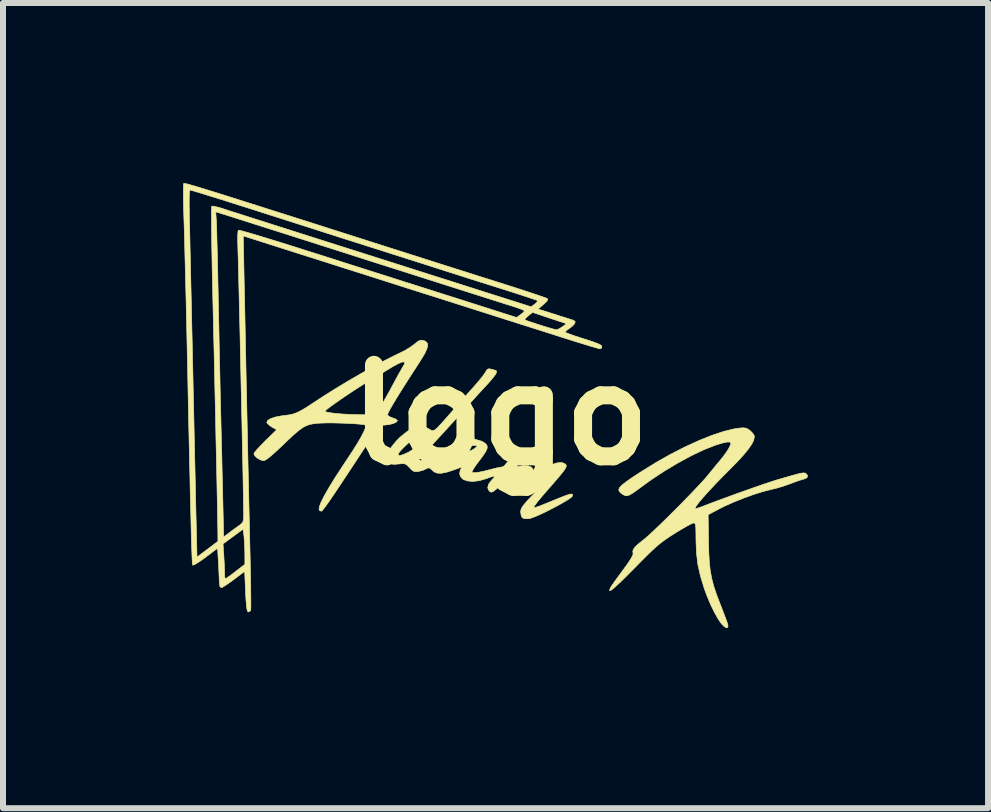
<source format=kicad_pcb>
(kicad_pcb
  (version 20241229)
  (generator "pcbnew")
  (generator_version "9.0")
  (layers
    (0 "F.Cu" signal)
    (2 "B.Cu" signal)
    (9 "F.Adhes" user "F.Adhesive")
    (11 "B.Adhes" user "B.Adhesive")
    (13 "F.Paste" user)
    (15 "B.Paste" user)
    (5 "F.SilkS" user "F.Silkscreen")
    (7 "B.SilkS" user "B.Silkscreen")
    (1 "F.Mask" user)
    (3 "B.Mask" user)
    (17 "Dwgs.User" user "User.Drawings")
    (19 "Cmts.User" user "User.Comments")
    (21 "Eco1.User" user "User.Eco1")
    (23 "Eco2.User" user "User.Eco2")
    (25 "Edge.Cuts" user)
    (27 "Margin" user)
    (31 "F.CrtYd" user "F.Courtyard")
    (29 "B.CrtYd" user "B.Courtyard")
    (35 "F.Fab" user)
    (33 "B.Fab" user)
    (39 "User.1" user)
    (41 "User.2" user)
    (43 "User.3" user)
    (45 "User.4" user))
  (footprint "logo"
    (layer "F.Cu")
    (at 5.285 3.863)
    (property "Reference" "logo" (at 0 0 0) (layer "F.SilkS") (effects (font (size 1.524 1.524) (thickness 0.3))))
    (attr through_hole)
    (fp_poly (pts (xy -1.271 -1.238) (xy -1.247 -1.227) (xy -1.217 -1.199) (xy -1.209 -1.156) (xy -1.225 -1.095) (xy -1.266 -1.01) (xy -1.334 -0.899) (xy -1.346 -0.881) (xy -1.48 -0.673) (xy -1.597 -0.49) (xy -1.695 -0.334) (xy -1.773 -0.205) (xy -1.831 -0.106) (xy -1.866 -0.039) (xy -1.879 -0.004) (xy -1.879 -0.002) (xy -1.856 0.023) (xy -1.808 0.045) (xy -1.794 0.049) (xy -1.743 0.068) (xy -1.716 0.091) (xy -1.714 0.096) (xy -1.734 0.12) (xy -1.783 0.143) (xy -1.852 0.16) (xy -1.927 0.169) (xy -1.943 0.169) (xy -1.967 0.171) (xy -1.988 0.178) (xy -2.012 0.195) (xy -2.041 0.227) (xy -2.079 0.278) (xy -2.13 0.351) (xy -2.197 0.452) (xy -2.271 0.565) (xy -2.429 0.806) (xy -2.566 1.013) (xy -2.681 1.187) (xy -2.776 1.329) (xy -2.852 1.44) (xy -2.91 1.521) (xy -2.951 1.574) (xy -2.974 1.601) (xy -2.979 1.604) (xy -3.008 1.595) (xy -3.019 1.578) (xy -3.016 1.534) (xy -2.988 1.458) (xy -2.935 1.352) (xy -2.858 1.217) (xy -2.758 1.053) (xy -2.635 0.864) (xy -2.546 0.73) (xy -2.455 0.592) (xy -2.377 0.467) (xy -2.314 0.358) (xy -2.269 0.27) (xy -2.244 0.207) (xy -2.241 0.173) (xy -2.244 0.169) (xy -2.277 0.161) (xy -2.345 0.153) (xy -2.438 0.146) (xy -2.548 0.14) (xy -2.667 0.136) (xy -2.786 0.133) (xy -2.896 0.133) (xy -2.99 0.136) (xy -3.032 0.138) (xy -3.108 0.146) (xy -3.173 0.158) (xy -3.231 0.178) (xy -3.291 0.21) (xy -3.357 0.258) (xy -3.435 0.324) (xy -3.532 0.414) (xy -3.632 0.51) (xy -3.743 0.614) (xy -3.828 0.689) (xy -3.889 0.737) (xy -3.931 0.759) (xy -3.944 0.762) (xy -3.995 0.749) (xy -4.049 0.719) (xy -4.091 0.68) (xy -4.106 0.647) (xy -4.092 0.622) (xy -4.053 0.575) (xy -3.994 0.512) (xy -3.923 0.44) (xy -3.916 0.433) (xy -3.725 0.246) (xy -3.805 0.202) (xy -3.855 0.167) (xy -3.886 0.134) (xy -3.89 0.125) (xy -3.876 0.092) (xy -3.827 0.061) (xy -3.747 0.035) (xy -3.645 0.015) (xy -3.607 0.01) (xy -3.519 -0.001) (xy -3.446 -0.017) (xy -3.377 -0.043) (xy -3.337 -0.064) (xy -2.921 -0.064) (xy -2.901 -0.05) (xy -2.843 -0.038) (xy -2.753 -0.026) (xy -2.636 -0.016) (xy -2.497 -0.009) (xy -2.341 -0.004) (xy -2.314 -0.004) (xy -2.099 0) (xy -2.036 -0.079) (xy -2.005 -0.125) (xy -1.959 -0.2) (xy -1.903 -0.296) (xy -1.843 -0.403) (xy -1.809 -0.466) (xy -1.752 -0.572) (xy -1.7 -0.668) (xy -1.656 -0.745) (xy -1.626 -0.798) (xy -1.616 -0.814) (xy -1.591 -0.862) (xy -1.598 -0.884) (xy -1.637 -0.881) (xy -1.705 -0.853) (xy -1.803 -0.799) (xy -1.914 -0.731) (xy -1.986 -0.686) (xy -2.076 -0.632) (xy -2.168 -0.578) (xy -2.18 -0.571) (xy -2.259 -0.523) (xy -2.352 -0.464) (xy -2.455 -0.398) (xy -2.56 -0.328) (xy -2.662 -0.258) (xy -2.755 -0.193) (xy -2.833 -0.137) (xy -2.889 -0.094) (xy -2.918 -0.068) (xy -2.921 -0.064) (xy -3.337 -0.064) (xy -3.302 -0.082) (xy -3.21 -0.139) (xy -3.14 -0.185) (xy -2.954 -0.307) (xy -2.752 -0.434) (xy -2.54 -0.562) (xy -2.328 -0.685) (xy -2.123 -0.801) (xy -1.932 -0.904) (xy -1.763 -0.989) (xy -1.68 -1.029) (xy -1.591 -1.073) (xy -1.507 -1.124) (xy -1.443 -1.169) (xy -1.435 -1.176) (xy -1.371 -1.227) (xy -1.321 -1.246) (xy -1.271 -1.238)) (stroke (width 0.01) (type solid)) (fill yes) (layer "F.SilkS"))
    (fp_poly (pts (xy 4.098 0.221) (xy 4.139 0.243) (xy 4.165 0.264) (xy 4.208 0.308) (xy 4.232 0.348) (xy 4.233 0.358) (xy 4.223 0.416) (xy 4.189 0.487) (xy 4.13 0.572) (xy 4.044 0.676) (xy 3.928 0.801) (xy 3.809 0.921) (xy 3.685 1.046) (xy 3.57 1.165) (xy 3.468 1.275) (xy 3.38 1.373) (xy 3.312 1.453) (xy 3.266 1.514) (xy 3.245 1.55) (xy 3.245 1.558) (xy 3.268 1.557) (xy 3.32 1.542) (xy 3.388 1.517) (xy 3.39 1.516) (xy 3.496 1.475) (xy 3.626 1.426) (xy 3.774 1.372) (xy 3.93 1.315) (xy 4.088 1.259) (xy 4.24 1.205) (xy 4.379 1.157) (xy 4.496 1.118) (xy 4.585 1.089) (xy 4.614 1.08) (xy 4.709 1.053) (xy 4.819 1.021) (xy 4.908 0.996) (xy 4.994 0.973) (xy 5.05 0.965) (xy 5.084 0.97) (xy 5.093 0.976) (xy 5.121 1.014) (xy 5.108 1.047) (xy 5.056 1.069) (xy 5.054 1.07) (xy 5 1.085) (xy 4.923 1.111) (xy 4.838 1.143) (xy 4.828 1.147) (xy 4.723 1.184) (xy 4.606 1.219) (xy 4.51 1.242) (xy 4.378 1.276) (xy 4.221 1.325) (xy 4.053 1.386) (xy 3.886 1.453) (xy 3.733 1.521) (xy 3.652 1.562) (xy 3.463 1.662) (xy 3.469 2.085) (xy 3.473 2.281) (xy 3.482 2.446) (xy 3.497 2.588) (xy 3.521 2.719) (xy 3.555 2.849) (xy 3.601 2.989) (xy 3.662 3.148) (xy 3.67 3.168) (xy 3.711 3.275) (xy 3.747 3.369) (xy 3.775 3.444) (xy 3.79 3.491) (xy 3.793 3.501) (xy 3.79 3.54) (xy 3.766 3.546) (xy 3.726 3.521) (xy 3.684 3.478) (xy 3.629 3.399) (xy 3.568 3.291) (xy 3.505 3.161) (xy 3.446 3.022) (xy 3.398 2.892) (xy 3.334 2.682) (xy 3.291 2.489) (xy 3.268 2.297) (xy 3.26 2.086) (xy 3.26 2.08) (xy 3.259 1.966) (xy 3.257 1.887) (xy 3.253 1.838) (xy 3.245 1.812) (xy 3.233 1.801) (xy 3.221 1.799) (xy 3.19 1.81) (xy 3.131 1.84) (xy 3.051 1.885) (xy 2.957 1.941) (xy 2.909 1.971) (xy 2.822 2.026) (xy 2.749 2.076) (xy 2.681 2.126) (xy 2.615 2.18) (xy 2.543 2.245) (xy 2.459 2.325) (xy 2.358 2.426) (xy 2.239 2.547) (xy 2.105 2.682) (xy 1.997 2.788) (xy 1.916 2.863) (xy 1.86 2.91) (xy 1.828 2.929) (xy 1.819 2.922) (xy 1.831 2.888) (xy 1.839 2.873) (xy 1.86 2.839) (xy 1.902 2.779) (xy 1.959 2.701) (xy 2.024 2.612) (xy 2.044 2.585) (xy 2.128 2.469) (xy 2.183 2.383) (xy 2.21 2.328) (xy 2.212 2.308) (xy 2.207 2.271) (xy 2.218 2.236) (xy 2.251 2.194) (xy 2.31 2.14) (xy 2.388 2.078) (xy 2.447 2.029) (xy 2.529 1.954) (xy 2.63 1.858) (xy 2.744 1.748) (xy 2.865 1.628) (xy 2.989 1.504) (xy 3.11 1.38) (xy 3.223 1.263) (xy 3.322 1.158) (xy 3.403 1.07) (xy 3.459 1.004) (xy 3.518 0.932) (xy 3.588 0.846) (xy 3.656 0.765) (xy 3.657 0.764) (xy 3.717 0.689) (xy 3.771 0.614) (xy 3.808 0.554) (xy 3.811 0.548) (xy 3.836 0.496) (xy 3.841 0.469) (xy 3.828 0.455) (xy 3.817 0.451) (xy 3.78 0.451) (xy 3.714 0.465) (xy 3.628 0.49) (xy 3.578 0.506) (xy 3.39 0.58) (xy 3.182 0.679) (xy 2.962 0.798) (xy 2.738 0.932) (xy 2.521 1.075) (xy 2.381 1.176) (xy 2.28 1.25) (xy 2.206 1.302) (xy 2.153 1.333) (xy 2.114 1.346) (xy 2.083 1.345) (xy 2.054 1.332) (xy 2.042 1.325) (xy 2.002 1.296) (xy 1.979 1.268) (xy 1.974 1.239) (xy 1.991 1.205) (xy 2.033 1.163) (xy 2.102 1.11) (xy 2.2 1.041) (xy 2.332 0.955) (xy 2.374 0.928) (xy 2.606 0.785) (xy 2.843 0.652) (xy 3.078 0.532) (xy 3.305 0.428) (xy 3.519 0.342) (xy 3.716 0.276) (xy 3.888 0.233) (xy 3.98 0.219) (xy 4.051 0.214) (xy 4.098 0.221)) (stroke (width 0.01) (type solid)) (fill yes) (layer "F.SilkS"))
    (fp_poly (pts (xy -0.143 -0.761) (xy -0.095 -0.747) (xy -0.07 -0.741) (xy -0.069 -0.741) (xy -0.064 -0.723) (xy -0.064 -0.708) (xy -0.077 -0.679) (xy -0.115 -0.629) (xy -0.17 -0.562) (xy -0.228 -0.498) (xy -0.301 -0.419) (xy -0.393 -0.319) (xy -0.493 -0.208) (xy -0.593 -0.098) (xy -0.635 -0.051) (xy -0.74 0.066) (xy -0.86 0.198) (xy -0.981 0.331) (xy -1.091 0.45) (xy -1.117 0.479) (xy -1.196 0.566) (xy -1.264 0.641) (xy -1.316 0.701) (xy -1.347 0.739) (xy -1.355 0.75) (xy -1.338 0.762) (xy -1.335 0.762) (xy -1.303 0.753) (xy -1.242 0.727) (xy -1.159 0.688) (xy -1.062 0.641) (xy -0.957 0.588) (xy -0.853 0.533) (xy -0.828 0.519) (xy -0.673 0.446) (xy -0.538 0.408) (xy -0.419 0.406) (xy -0.311 0.437) (xy -0.301 0.442) (xy -0.248 0.475) (xy -0.22 0.51) (xy -0.218 0.553) (xy -0.242 0.61) (xy -0.294 0.688) (xy -0.35 0.762) (xy -0.406 0.836) (xy -0.447 0.898) (xy -0.469 0.941) (xy -0.471 0.956) (xy -0.438 0.963) (xy -0.368 0.956) (xy -0.261 0.934) (xy -0.138 0.902) (xy -0.065 0.884) (xy -0.004 0.871) (xy 0.025 0.868) (xy 0.064 0.851) (xy 0.085 0.826) (xy 0.125 0.776) (xy 0.178 0.741) (xy 0.228 0.729) (xy 0.24 0.732) (xy 0.268 0.764) (xy 0.275 0.808) (xy 0.279 0.851) (xy 0.297 0.861) (xy 0.323 0.854) (xy 0.398 0.841) (xy 0.468 0.848) (xy 0.522 0.873) (xy 0.549 0.912) (xy 0.55 0.923) (xy 0.556 0.945) (xy 0.578 0.949) (xy 0.623 0.935) (xy 0.697 0.901) (xy 0.715 0.891) (xy 0.844 0.832) (xy 0.943 0.799) (xy 1.016 0.792) (xy 1.055 0.803) (xy 1.079 0.816) (xy 1.095 0.83) (xy 1.1 0.849) (xy 1.092 0.876) (xy 1.069 0.915) (xy 1.028 0.969) (xy 0.967 1.043) (xy 0.884 1.139) (xy 0.776 1.263) (xy 0.733 1.312) (xy 0.665 1.392) (xy 0.61 1.459) (xy 0.573 1.51) (xy 0.557 1.536) (xy 0.558 1.538) (xy 0.566 1.542) (xy 0.581 1.541) (xy 0.61 1.533) (xy 0.658 1.516) (xy 0.73 1.487) (xy 0.832 1.446) (xy 0.921 1.409) (xy 1.034 1.364) (xy 1.113 1.334) (xy 1.164 1.319) (xy 1.193 1.318) (xy 1.204 1.329) (xy 1.203 1.349) (xy 1.182 1.373) (xy 1.13 1.41) (xy 1.053 1.456) (xy 0.961 1.508) (xy 0.858 1.562) (xy 0.754 1.615) (xy 0.656 1.661) (xy 0.57 1.698) (xy 0.504 1.722) (xy 0.476 1.728) (xy 0.404 1.729) (xy 0.365 1.712) (xy 0.347 1.673) (xy 0.339 1.616) (xy 0.339 1.615) (xy 0.343 1.581) (xy 0.359 1.544) (xy 0.391 1.498) (xy 0.445 1.435) (xy 0.524 1.35) (xy 0.525 1.349) (xy 0.636 1.23) (xy 0.722 1.132) (xy 0.783 1.056) (xy 0.816 1.006) (xy 0.821 0.983) (xy 0.797 0.986) (xy 0.744 1.008) (xy 0.671 1.046) (xy 0.583 1.094) (xy 0.489 1.149) (xy 0.396 1.207) (xy 0.363 1.228) (xy 0.268 1.288) (xy 0.198 1.319) (xy 0.148 1.324) (xy 0.112 1.304) (xy 0.097 1.285) (xy 0.087 1.252) (xy 0.099 1.208) (xy 0.122 1.164) (xy 0.149 1.107) (xy 0.148 1.081) (xy 0.121 1.085) (xy 0.069 1.119) (xy -0.007 1.182) (xy -0.011 1.185) (xy -0.076 1.244) (xy -0.119 1.276) (xy -0.148 1.287) (xy -0.17 1.28) (xy -0.186 1.266) (xy -0.21 1.215) (xy -0.195 1.153) (xy -0.144 1.086) (xy -0.106 1.044) (xy -0.096 1.023) (xy -0.117 1.021) (xy -0.171 1.038) (xy -0.233 1.061) (xy -0.35 1.095) (xy -0.458 1.108) (xy -0.551 1.099) (xy -0.623 1.071) (xy -0.666 1.024) (xy -0.677 0.977) (xy -0.668 0.923) (xy -0.651 0.89) (xy -0.637 0.871) (xy -0.657 0.874) (xy -0.667 0.877) (xy -0.804 0.926) (xy -0.909 0.958) (xy -0.988 0.972) (xy -1.048 0.97) (xy -1.096 0.952) (xy -1.134 0.921) (xy -1.173 0.887) (xy -1.202 0.882) (xy -1.234 0.897) (xy -1.287 0.921) (xy -1.353 0.939) (xy -1.361 0.941) (xy -1.413 0.946) (xy -1.451 0.935) (xy -1.491 0.901) (xy -1.511 0.879) (xy -1.554 0.836) (xy -1.588 0.815) (xy -1.632 0.811) (xy -1.697 0.817) (xy -1.767 0.823) (xy -1.811 0.818) (xy -1.842 0.799) (xy -1.859 0.782) (xy -1.866 0.773) (xy -0.928 0.773) (xy -0.927 0.785) (xy -0.891 0.777) (xy -0.819 0.75) (xy -0.71 0.703) (xy -0.671 0.685) (xy -0.579 0.642) (xy -0.499 0.6) (xy -0.439 0.566) (xy -0.413 0.548) (xy -0.387 0.521) (xy -0.392 0.51) (xy -0.434 0.508) (xy -0.442 0.508) (xy -0.518 0.522) (xy -0.615 0.561) (xy -0.725 0.621) (xy -0.83 0.691) (xy -0.896 0.742) (xy -0.928 0.773) (xy -1.866 0.773) (xy -1.892 0.738) (xy -1.905 0.702) (xy -1.895 0.67) (xy -1.701 0.67) (xy -1.674 0.677) (xy -1.615 0.66) (xy -1.526 0.619) (xy -1.526 0.619) (xy -1.438 0.563) (xy -1.365 0.493) (xy -1.313 0.419) (xy -1.291 0.351) (xy -1.291 0.346) (xy -1.294 0.313) (xy -1.309 0.307) (xy -1.349 0.325) (xy -1.353 0.327) (xy -1.401 0.359) (xy -1.465 0.41) (xy -1.537 0.473) (xy -1.605 0.537) (xy -1.66 0.594) (xy -1.693 0.635) (xy -1.695 0.638) (xy -1.701 0.67) (xy -1.895 0.67) (xy -1.891 0.657) (xy -1.854 0.592) (xy -1.8 0.516) (xy -1.737 0.439) (xy -1.674 0.374) (xy -1.55 0.274) (xy -1.435 0.213) (xy -1.328 0.193) (xy -1.229 0.213) (xy -1.188 0.234) (xy -1.16 0.251) (xy -1.136 0.261) (xy -1.113 0.26) (xy -1.085 0.245) (xy -1.048 0.213) (xy -0.997 0.159) (xy -0.927 0.081) (xy -0.834 -0.025) (xy -0.828 -0.032) (xy -0.736 -0.137) (xy -0.634 -0.252) (xy -0.536 -0.364) (xy -0.453 -0.457) (xy -0.452 -0.457) (xy -0.381 -0.539) (xy -0.318 -0.615) (xy -0.271 -0.677) (xy -0.246 -0.715) (xy -0.219 -0.758) (xy -0.19 -0.77) (xy -0.143 -0.761)) (stroke (width 0.01) (type solid)) (fill yes) (layer "F.SilkS"))
    (fp_poly (pts (xy -5.261 -3.858) (xy -5.244 -3.855) (xy -5.218 -3.849) (xy -5.181 -3.839) (xy -5.132 -3.825) (xy -5.068 -3.807) (xy -4.988 -3.782) (xy -4.889 -3.752) (xy -4.77 -3.715) (xy -4.629 -3.671) (xy -4.464 -3.619) (xy -4.273 -3.558) (xy -4.054 -3.489) (xy -3.806 -3.41) (xy -3.526 -3.321) (xy -3.213 -3.222) (xy -2.865 -3.111) (xy -2.48 -2.988) (xy -2.17 -2.889) (xy -1.907 -2.805) (xy -1.637 -2.719) (xy -1.365 -2.633) (xy -1.097 -2.547) (xy -0.839 -2.465) (xy -0.596 -2.388) (xy -0.376 -2.318) (xy -0.182 -2.257) (xy -0.022 -2.206) (xy 0.011 -2.196) (xy 0.181 -2.142) (xy 0.338 -2.091) (xy 0.479 -2.045) (xy 0.599 -2.005) (xy 0.692 -1.973) (xy 0.754 -1.951) (xy 0.78 -1.94) (xy 0.78 -1.94) (xy 0.79 -1.921) (xy 0.775 -1.894) (xy 0.73 -1.851) (xy 0.719 -1.841) (xy 0.629 -1.764) (xy 0.913 -1.675) (xy 1.017 -1.641) (xy 1.108 -1.613) (xy 1.178 -1.59) (xy 1.217 -1.578) (xy 1.222 -1.576) (xy 1.248 -1.554) (xy 1.237 -1.518) (xy 1.193 -1.473) (xy 1.164 -1.452) (xy 1.115 -1.417) (xy 1.084 -1.389) (xy 1.08 -1.381) (xy 1.099 -1.369) (xy 1.151 -1.349) (xy 1.231 -1.32) (xy 1.33 -1.288) (xy 1.386 -1.27) (xy 1.509 -1.231) (xy 1.596 -1.2) (xy 1.653 -1.176) (xy 1.683 -1.157) (xy 1.693 -1.139) (xy 1.693 -1.138) (xy 1.679 -1.106) (xy 1.663 -1.101) (xy 1.636 -1.107) (xy 1.574 -1.125) (xy 1.481 -1.152) (xy 1.362 -1.189) (xy 1.222 -1.232) (xy 1.065 -1.281) (xy 0.906 -1.332) (xy 0.342 -1.511) (xy 0.088 -1.592) (xy 0.408 -1.592) (xy 0.422 -1.579) (xy 0.433 -1.574) (xy 0.492 -1.553) (xy 0.571 -1.527) (xy 0.661 -1.498) (xy 0.753 -1.469) (xy 0.835 -1.445) (xy 0.898 -1.427) (xy 0.931 -1.42) (xy 0.933 -1.42) (xy 0.97 -1.431) (xy 1.021 -1.46) (xy 1.034 -1.469) (xy 1.103 -1.52) (xy 0.82 -1.614) (xy 0.537 -1.709) (xy 0.464 -1.65) (xy 0.421 -1.612) (xy 0.408 -1.592) (xy 0.088 -1.592) (xy -0.182 -1.678) (xy -0.669 -1.833) (xy -1.118 -1.976) (xy -1.532 -2.107) (xy -1.911 -2.228) (xy -2.256 -2.338) (xy -2.569 -2.437) (xy -2.85 -2.527) (xy -3.101 -2.607) (xy -3.323 -2.677) (xy -3.517 -2.739) (xy -3.684 -2.792) (xy -3.825 -2.837) (xy -3.942 -2.874) (xy -4.035 -2.904) (xy -4.105 -2.926) (xy -4.154 -2.942) (xy -4.183 -2.952) (xy -4.189 -2.953) (xy -4.282 -2.984) (xy -4.268 -2.27) (xy -4.26 -1.897) (xy -4.252 -1.512) (xy -4.244 -1.118) (xy -4.236 -0.72) (xy -4.227 -0.323) (xy -4.219 0.069) (xy -4.211 0.451) (xy -4.203 0.818) (xy -4.195 1.167) (xy -4.188 1.492) (xy -4.181 1.788) (xy -4.175 2.052) (xy -4.17 2.279) (xy -4.169 2.302) (xy -4.165 2.497) (xy -4.161 2.68) (xy -4.158 2.845) (xy -4.157 2.989) (xy -4.156 3.106) (xy -4.156 3.194) (xy -4.158 3.246) (xy -4.159 3.26) (xy -4.19 3.28) (xy -4.2 3.281) (xy -4.212 3.271) (xy -4.221 3.237) (xy -4.229 3.176) (xy -4.237 3.082) (xy -4.244 2.951) (xy -4.244 2.943) (xy -4.259 2.606) (xy -4.44 2.742) (xy -4.517 2.798) (xy -4.583 2.843) (xy -4.631 2.872) (xy -4.649 2.879) (xy -4.671 2.858) (xy -4.68 2.797) (xy -4.681 2.789) (xy -4.683 2.73) (xy -4.687 2.642) (xy -4.692 2.539) (xy -4.696 2.459) (xy -4.71 2.22) (xy -4.909 2.37) (xy -4.988 2.427) (xy -5.055 2.471) (xy -5.103 2.498) (xy -5.124 2.503) (xy -5.127 2.496) (xy -5.129 2.477) (xy -5.132 2.445) (xy -5.134 2.399) (xy -5.137 2.336) (xy -5.14 2.255) (xy -5.144 2.154) (xy -5.147 2.031) (xy -5.151 1.884) (xy -5.155 1.713) (xy -5.16 1.514) (xy -5.166 1.287) (xy -5.171 1.029) (xy -5.178 0.738) (xy -5.185 0.414) (xy -5.193 0.054) (xy -5.201 -0.344) (xy -5.21 -0.781) (xy -5.217 -1.111) (xy -5.223 -1.381) (xy -5.229 -1.654) (xy -5.235 -1.924) (xy -5.242 -2.187) (xy -5.248 -2.435) (xy -5.254 -2.666) (xy -5.259 -2.872) (xy -5.264 -3.048) (xy -5.268 -3.19) (xy -5.27 -3.238) (xy -5.275 -3.394) (xy -5.278 -3.52) (xy -5.183 -3.52) (xy -5.181 -3.38) (xy -5.178 -3.201) (xy -5.177 -3.17) (xy -5.174 -3.059) (xy -5.171 -2.911) (xy -5.167 -2.728) (xy -5.162 -2.517) (xy -5.157 -2.281) (xy -5.151 -2.024) (xy -5.145 -1.752) (xy -5.139 -1.468) (xy -5.132 -1.176) (xy -5.126 -0.882) (xy -5.122 -0.72) (xy -5.116 -0.425) (xy -5.109 -0.129) (xy -5.103 0.162) (xy -5.097 0.444) (xy -5.091 0.713) (xy -5.085 0.965) (xy -5.08 1.194) (xy -5.076 1.397) (xy -5.072 1.568) (xy -5.069 1.705) (xy -5.067 1.761) (xy -5.053 2.368) (xy -4.881 2.239) (xy -4.809 2.185) (xy -4.761 2.148) (xy -4.619 2.148) (xy -4.606 2.349) (xy -4.6 2.45) (xy -4.596 2.545) (xy -4.594 2.62) (xy -4.593 2.641) (xy -4.591 2.696) (xy -4.584 2.727) (xy -4.581 2.731) (xy -4.56 2.718) (xy -4.514 2.686) (xy -4.45 2.639) (xy -4.412 2.609) (xy -4.255 2.488) (xy -4.256 2.297) (xy -4.259 2.197) (xy -4.264 2.098) (xy -4.27 2.02) (xy -4.272 2.005) (xy -4.286 1.903) (xy -4.619 2.148) (xy -4.761 2.148) (xy -4.751 2.141) (xy -4.714 2.113) (xy -4.705 2.106) (xy -4.704 2.085) (xy -4.705 2.024) (xy -4.706 1.924) (xy -4.709 1.789) (xy -4.712 1.621) (xy -4.715 1.421) (xy -4.72 1.192) (xy -4.725 0.937) (xy -4.731 0.656) (xy -4.738 0.354) (xy -4.744 0.031) (xy -4.752 -0.309) (xy -4.76 -0.666) (xy -4.768 -1.036) (xy -4.777 -1.417) (xy -4.786 -1.807) (xy -4.794 -2.148) (xy -4.799 -2.38) (xy -4.803 -2.6) (xy -4.807 -2.803) (xy -4.809 -2.986) (xy -4.811 -3.146) (xy -4.812 -3.278) (xy -4.812 -3.38) (xy -4.812 -3.383) (xy -4.741 -3.383) (xy -4.73 -3.232) (xy -4.728 -3.181) (xy -4.725 -3.093) (xy -4.722 -2.972) (xy -4.718 -2.822) (xy -4.713 -2.649) (xy -4.709 -2.456) (xy -4.705 -2.248) (xy -4.7 -2.03) (xy -4.699 -1.947) (xy -4.694 -1.697) (xy -4.688 -1.432) (xy -4.683 -1.16) (xy -4.677 -0.889) (xy -4.671 -0.628) (xy -4.666 -0.385) (xy -4.661 -0.17) (xy -4.657 -0.021) (xy -4.652 0.194) (xy -4.646 0.428) (xy -4.64 0.669) (xy -4.635 0.906) (xy -4.629 1.128) (xy -4.625 1.324) (xy -4.623 1.402) (xy -4.609 2.032) (xy -4.522 1.967) (xy -4.451 1.914) (xy -4.378 1.861) (xy -4.355 1.845) (xy -4.311 1.811) (xy -4.288 1.78) (xy -4.278 1.736) (xy -4.276 1.665) (xy -4.276 1.662) (xy -4.277 1.609) (xy -4.278 1.517) (xy -4.28 1.391) (xy -4.283 1.233) (xy -4.286 1.048) (xy -4.29 0.84) (xy -4.295 0.611) (xy -4.3 0.365) (xy -4.305 0.107) (xy -4.311 -0.159) (xy -4.317 -0.432) (xy -4.323 -0.705) (xy -4.329 -0.977) (xy -4.334 -1.243) (xy -4.34 -1.499) (xy -4.346 -1.741) (xy -4.351 -1.967) (xy -4.356 -2.172) (xy -4.36 -2.353) (xy -4.364 -2.506) (xy -4.367 -2.627) (xy -4.37 -2.712) (xy -4.371 -2.744) (xy -4.375 -2.889) (xy -4.375 -2.993) (xy -4.37 -3.057) (xy -4.362 -3.079) (xy -4.338 -3.075) (xy -4.278 -3.059) (xy -4.185 -3.033) (xy -4.063 -2.997) (xy -3.915 -2.952) (xy -3.746 -2.9) (xy -3.559 -2.842) (xy -3.358 -2.779) (xy -3.234 -2.739) (xy -3.002 -2.666) (xy -2.763 -2.59) (xy -2.524 -2.513) (xy -2.291 -2.439) (xy -2.071 -2.369) (xy -1.871 -2.306) (xy -1.697 -2.25) (xy -1.556 -2.205) (xy -1.545 -2.202) (xy -1.359 -2.143) (xy -1.146 -2.075) (xy -0.92 -2.003) (xy -0.694 -1.932) (xy -0.482 -1.864) (xy -0.346 -1.821) (xy 0.271 -1.624) (xy 0.337 -1.671) (xy 0.379 -1.705) (xy 0.401 -1.73) (xy 0.402 -1.734) (xy 0.383 -1.747) (xy 0.333 -1.768) (xy 0.261 -1.793) (xy 0.228 -1.804) (xy 0.161 -1.825) (xy 0.067 -1.854) (xy -0.054 -1.893) (xy -0.203 -1.94) (xy -0.382 -1.997) (xy -0.593 -2.064) (xy -0.835 -2.141) (xy -1.111 -2.229) (xy -1.422 -2.328) (xy -1.768 -2.438) (xy -2.152 -2.56) (xy -2.573 -2.695) (xy -2.953 -2.816) (xy -3.21 -2.898) (xy -3.457 -2.977) (xy -3.69 -3.051) (xy -3.906 -3.12) (xy -4.102 -3.182) (xy -4.274 -3.237) (xy -4.421 -3.283) (xy -4.538 -3.321) (xy -4.623 -3.347) (xy -4.672 -3.363) (xy -4.683 -3.366) (xy -4.741 -3.383) (xy -4.812 -3.383) (xy -4.811 -3.447) (xy -4.808 -3.476) (xy -4.808 -3.477) (xy -4.782 -3.478) (xy -4.727 -3.467) (xy -4.653 -3.447) (xy -4.634 -3.441) (xy -4.576 -3.422) (xy -4.484 -3.392) (xy -4.363 -3.354) (xy -4.22 -3.308) (xy -4.061 -3.257) (xy -3.893 -3.204) (xy -3.778 -3.167) (xy -3.598 -3.11) (xy -3.386 -3.042) (xy -3.153 -2.968) (xy -2.907 -2.89) (xy -2.659 -2.811) (xy -2.418 -2.735) (xy -2.193 -2.663) (xy -2.17 -2.656) (xy -1.935 -2.581) (xy -1.673 -2.498) (xy -1.395 -2.409) (xy -1.112 -2.319) (xy -0.837 -2.232) (xy -0.58 -2.15) (xy -0.373 -2.084) (xy 0.514 -1.802) (xy 0.575 -1.847) (xy 0.61 -1.88) (xy 0.621 -1.903) (xy 0.619 -1.905) (xy 0.596 -1.915) (xy 0.537 -1.935) (xy 0.448 -1.965) (xy 0.333 -2.003) (xy 0.198 -2.046) (xy 0.048 -2.094) (xy -0.021 -2.116) (xy -0.2 -2.172) (xy -0.387 -2.231) (xy -0.573 -2.29) (xy -0.748 -2.346) (xy -0.902 -2.395) (xy -1.026 -2.435) (xy -1.027 -2.435) (xy -1.145 -2.473) (xy -1.295 -2.521) (xy -1.468 -2.576) (xy -1.654 -2.635) (xy -1.845 -2.696) (xy -2.032 -2.756) (xy -2.085 -2.772) (xy -2.276 -2.833) (xy -2.481 -2.898) (xy -2.689 -2.964) (xy -2.889 -3.028) (xy -3.072 -3.087) (xy -3.226 -3.136) (xy -3.249 -3.143) (xy -3.595 -3.254) (xy -3.909 -3.354) (xy -4.19 -3.444) (xy -4.438 -3.522) (xy -4.651 -3.59) (xy -4.829 -3.645) (xy -4.971 -3.689) (xy -5.075 -3.721) (xy -5.141 -3.74) (xy -5.167 -3.747) (xy -5.175 -3.734) (xy -5.18 -3.694) (xy -5.182 -3.623) (xy -5.183 -3.52) (xy -5.278 -3.52) (xy -5.278 -3.536) (xy -5.28 -3.658) (xy -5.28 -3.756) (xy -5.279 -3.823) (xy -5.275 -3.855) (xy -5.275 -3.857) (xy -5.27 -3.858) (xy -5.261 -3.858)) (stroke (width 0.01) (type solid)) (fill yes) (layer "F.SilkS")))
  (gr_rect
    (start -3 -3)
    (end 13.411 10.414)
    (stroke (width 0.1) (type default))
    (fill no)
    (layer "Edge.Cuts")))
</source>
